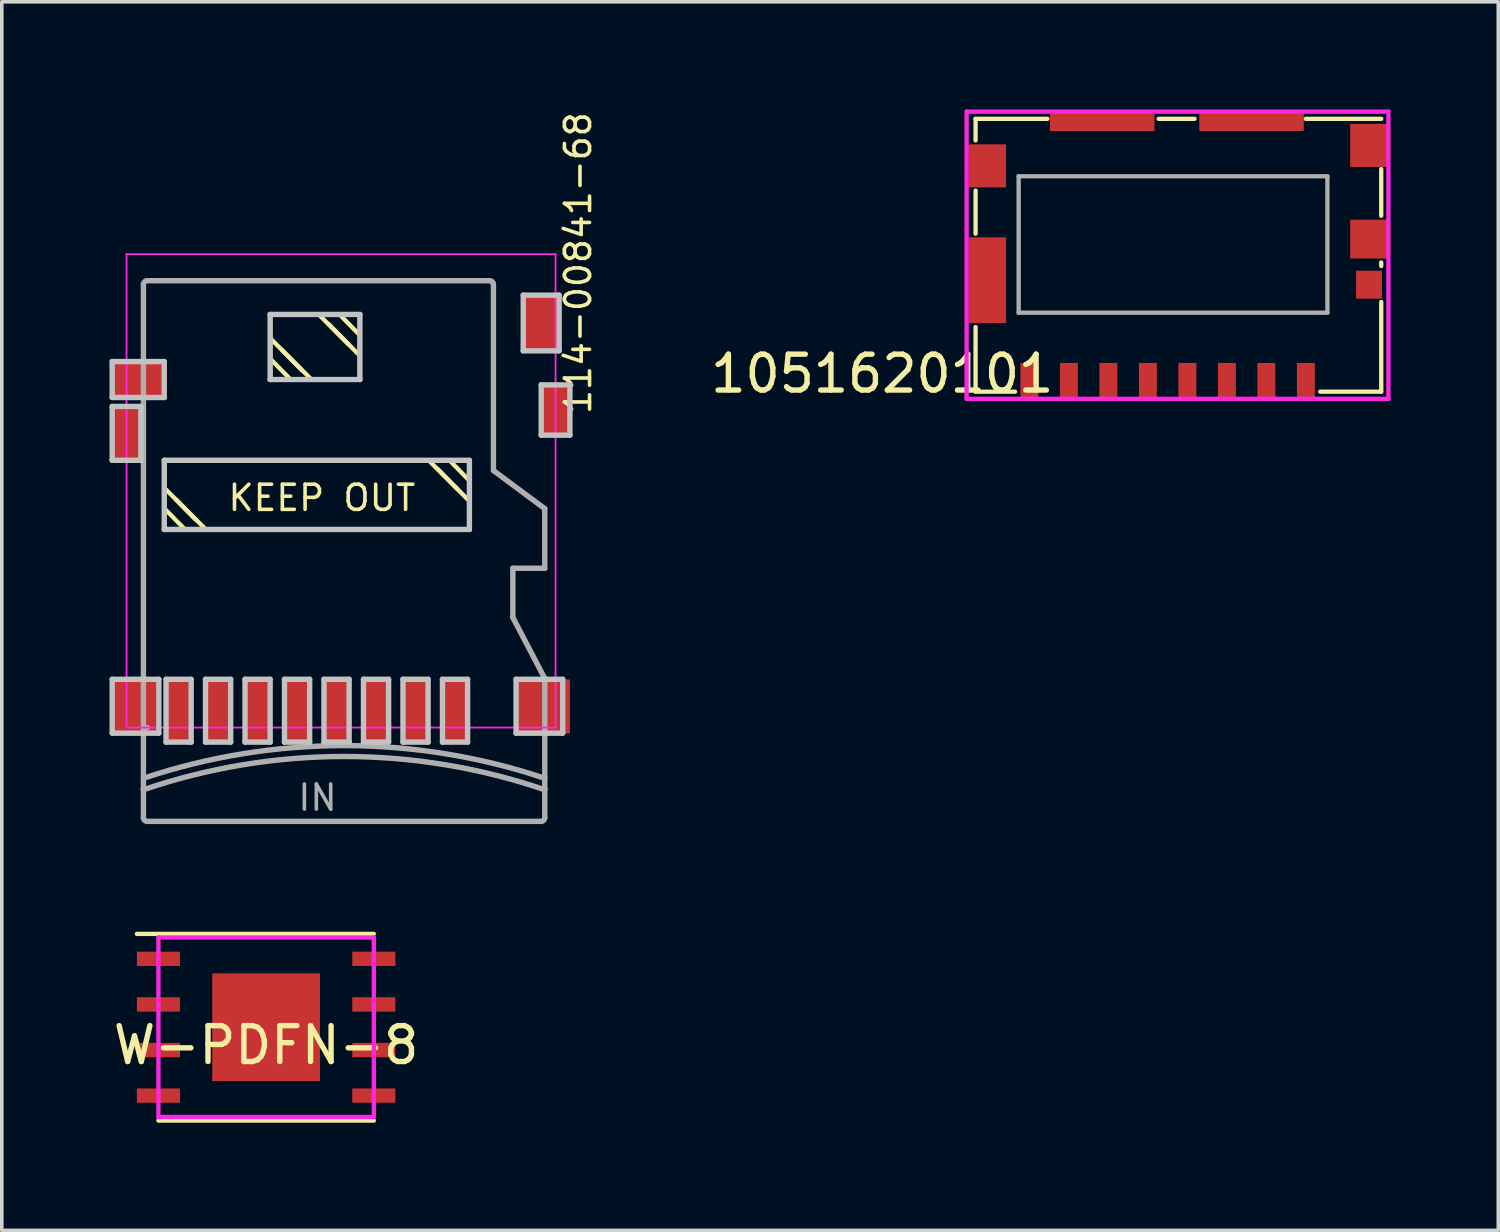
<source format=kicad_pcb>
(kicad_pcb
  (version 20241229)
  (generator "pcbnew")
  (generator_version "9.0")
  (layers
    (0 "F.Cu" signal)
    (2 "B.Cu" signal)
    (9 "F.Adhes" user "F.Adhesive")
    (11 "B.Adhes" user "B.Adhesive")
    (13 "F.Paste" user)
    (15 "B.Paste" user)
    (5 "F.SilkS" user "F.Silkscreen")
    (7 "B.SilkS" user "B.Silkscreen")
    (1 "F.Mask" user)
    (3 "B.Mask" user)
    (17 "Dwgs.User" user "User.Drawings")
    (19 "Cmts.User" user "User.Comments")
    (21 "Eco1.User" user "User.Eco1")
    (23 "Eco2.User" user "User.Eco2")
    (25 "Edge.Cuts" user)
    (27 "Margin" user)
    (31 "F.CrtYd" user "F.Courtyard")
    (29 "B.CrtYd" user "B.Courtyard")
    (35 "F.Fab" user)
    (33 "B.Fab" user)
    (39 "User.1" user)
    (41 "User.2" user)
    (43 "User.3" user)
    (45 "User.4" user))
  (footprint "114-00841-68"
    (layer "F.Cu")
    (at 1.925 7.529)
    (property "Reference" "114-00841-68" (at 11.128 -3.249 90) (layer "F.SilkS") (effects (font (size 0.7 0.7) (thickness 0.1))))
    (attr through_hole)
    (fp_line (start -0.4 2.24) (end 8.1 2.24) (stroke (width 0.12) (type solid)) (layer "F.SilkS"))
    (fp_line (start -0.4 4.17) (end -0.4 2.25) (stroke (width 0.12) (type solid)) (layer "F.SilkS"))
    (fp_line (start -0.39 3.59) (end 0.16 4.15) (stroke (width 0.12) (type solid)) (layer "F.SilkS"))
    (fp_line (start -0.07 3.34) (end 0.48 3.9) (stroke (width 0.12) (type solid)) (layer "F.SilkS"))
    (fp_line (start 0.73 4.14) (end -0.38 3.03) (stroke (width 0.12) (type solid)) (layer "F.SilkS"))
    (fp_line (start 2.55 -1.82) (end 5.05 -1.82) (stroke (width 0.12) (type solid)) (layer "F.SilkS"))
    (fp_line (start 2.55 -0.01) (end 2.55 -1.82) (stroke (width 0.12) (type solid)) (layer "F.SilkS"))
    (fp_line (start 2.558 -0.58) (end 3.108 -0.02) (stroke (width 0.12) (type solid)) (layer "F.SilkS"))
    (fp_line (start 2.878 -0.83) (end 3.428 -0.27) (stroke (width 0.12) (type solid)) (layer "F.SilkS"))
    (fp_line (start 3.678 -0.03) (end 2.568 -1.14) (stroke (width 0.12) (type solid)) (layer "F.SilkS"))
    (fp_line (start 3.926 -1.795) (end 5.036 -0.685) (stroke (width 0.12) (type solid)) (layer "F.SilkS"))
    (fp_line (start 4.726 -0.995) (end 4.176 -1.555) (stroke (width 0.12) (type solid)) (layer "F.SilkS"))
    (fp_line (start 5.046 -1.245) (end 4.496 -1.805) (stroke (width 0.12) (type solid)) (layer "F.SilkS"))
    (fp_line (start 5.05 -1.82) (end 5.05 -0.01) (stroke (width 0.12) (type solid)) (layer "F.SilkS"))
    (fp_line (start 5.05 -0.01) (end 2.55 -0.01) (stroke (width 0.12) (type solid)) (layer "F.SilkS"))
    (fp_line (start 6.976 2.255) (end 8.086 3.365) (stroke (width 0.12) (type solid)) (layer "F.SilkS"))
    (fp_line (start 7.776 3.055) (end 7.226 2.495) (stroke (width 0.12) (type solid)) (layer "F.SilkS"))
    (fp_line (start 8.096 2.805) (end 7.546 2.245) (stroke (width 0.12) (type solid)) (layer "F.SilkS"))
    (fp_line (start 8.1 2.24) (end 8.1 4.17) (stroke (width 0.12) (type solid)) (layer "F.SilkS"))
    (fp_line (start 8.1 4.17) (end -0.4 4.17) (stroke (width 0.12) (type solid)) (layer "F.SilkS"))
    (fp_line (start -1.85 -0.507) (end -1.85 0.493) (stroke (width 0.15) (type solid)) (layer "Dwgs.User"))
    (fp_line (start -1.85 -0.507) (end -0.4 -0.507) (stroke (width 0.15) (type solid)) (layer "Dwgs.User"))
    (fp_line (start -1.85 0.493) (end -0.4 0.493) (stroke (width 0.15) (type solid)) (layer "Dwgs.User"))
    (fp_line (start -1.85 0.743) (end -1.85 2.243) (stroke (width 0.15) (type solid)) (layer "Dwgs.User"))
    (fp_line (start -1.85 0.743) (end -1.05 0.743) (stroke (width 0.15) (type solid)) (layer "Dwgs.User"))
    (fp_line (start -1.85 2.243) (end -1.05 2.243) (stroke (width 0.15) (type solid)) (layer "Dwgs.User"))
    (fp_line (start -1.85 8.343) (end -1.85 9.843) (stroke (width 0.15) (type solid)) (layer "Dwgs.User"))
    (fp_line (start -1.85 8.343) (end -0.55 8.343) (stroke (width 0.15) (type solid)) (layer "Dwgs.User"))
    (fp_line (start -1.85 9.843) (end -0.55 9.843) (stroke (width 0.15) (type solid)) (layer "Dwgs.User"))
    (fp_line (start -1.05 0.743) (end -1.05 2.243) (stroke (width 0.15) (type solid)) (layer "Dwgs.User"))
    (fp_line (start -0.55 8.343) (end -0.55 9.843) (stroke (width 0.15) (type solid)) (layer "Dwgs.User"))
    (fp_line (start -0.4 -0.507) (end -0.4 0.493) (stroke (width 0.15) (type solid)) (layer "Dwgs.User"))
    (fp_line (start -0.4 2.243) (end -0.4 4.169) (stroke (width 0.15) (type solid)) (layer "Dwgs.User"))
    (fp_line (start -0.4 2.243) (end 8.1 2.243) (stroke (width 0.15) (type solid)) (layer "Dwgs.User"))
    (fp_line (start -0.4 4.169) (end 8.1 4.169) (stroke (width 0.15) (type solid)) (layer "Dwgs.User"))
    (fp_line (start -0.35 8.343) (end -0.35 10.093) (stroke (width 0.15) (type solid)) (layer "Dwgs.User"))
    (fp_line (start -0.35 8.343) (end 0.35 8.343) (stroke (width 0.15) (type solid)) (layer "Dwgs.User"))
    (fp_line (start -0.35 10.093) (end 0.35 10.093) (stroke (width 0.15) (type solid)) (layer "Dwgs.User"))
    (fp_line (start 0.35 8.343) (end 0.35 10.093) (stroke (width 0.15) (type solid)) (layer "Dwgs.User"))
    (fp_line (start 0.75 8.343) (end 0.75 10.093) (stroke (width 0.15) (type solid)) (layer "Dwgs.User"))
    (fp_line (start 0.75 8.343) (end 1.45 8.343) (stroke (width 0.15) (type solid)) (layer "Dwgs.User"))
    (fp_line (start 0.75 10.093) (end 1.45 10.093) (stroke (width 0.15) (type solid)) (layer "Dwgs.User"))
    (fp_line (start 1.45 8.343) (end 1.45 10.093) (stroke (width 0.15) (type solid)) (layer "Dwgs.User"))
    (fp_line (start 1.85 8.343) (end 1.85 10.093) (stroke (width 0.15) (type solid)) (layer "Dwgs.User"))
    (fp_line (start 1.85 8.343) (end 2.55 8.343) (stroke (width 0.15) (type solid)) (layer "Dwgs.User"))
    (fp_line (start 1.85 10.093) (end 2.55 10.093) (stroke (width 0.15) (type solid)) (layer "Dwgs.User"))
    (fp_line (start 2.55 -1.82) (end 2.55 -0.007) (stroke (width 0.15) (type solid)) (layer "Dwgs.User"))
    (fp_line (start 2.55 -1.82) (end 5.05 -1.82) (stroke (width 0.15) (type solid)) (layer "Dwgs.User"))
    (fp_line (start 2.55 -0.007) (end 5.05 -0.007) (stroke (width 0.15) (type solid)) (layer "Dwgs.User"))
    (fp_line (start 2.55 8.343) (end 2.55 10.093) (stroke (width 0.15) (type solid)) (layer "Dwgs.User"))
    (fp_line (start 2.95 8.343) (end 2.95 10.093) (stroke (width 0.15) (type solid)) (layer "Dwgs.User"))
    (fp_line (start 2.95 8.343) (end 3.65 8.343) (stroke (width 0.15) (type solid)) (layer "Dwgs.User"))
    (fp_line (start 2.95 10.093) (end 3.65 10.093) (stroke (width 0.15) (type solid)) (layer "Dwgs.User"))
    (fp_line (start 3.65 8.343) (end 3.65 10.093) (stroke (width 0.15) (type solid)) (layer "Dwgs.User"))
    (fp_line (start 4.05 8.343) (end 4.05 10.093) (stroke (width 0.15) (type solid)) (layer "Dwgs.User"))
    (fp_line (start 4.05 8.343) (end 4.75 8.343) (stroke (width 0.15) (type solid)) (layer "Dwgs.User"))
    (fp_line (start 4.05 10.093) (end 4.75 10.093) (stroke (width 0.15) (type solid)) (layer "Dwgs.User"))
    (fp_line (start 4.75 8.343) (end 4.75 10.093) (stroke (width 0.15) (type solid)) (layer "Dwgs.User"))
    (fp_line (start 5.05 -1.82) (end 5.05 -0.007) (stroke (width 0.15) (type solid)) (layer "Dwgs.User"))
    (fp_line (start 5.15 8.343) (end 5.15 10.093) (stroke (width 0.15) (type solid)) (layer "Dwgs.User"))
    (fp_line (start 5.15 8.343) (end 5.85 8.343) (stroke (width 0.15) (type solid)) (layer "Dwgs.User"))
    (fp_line (start 5.15 10.093) (end 5.85 10.093) (stroke (width 0.15) (type solid)) (layer "Dwgs.User"))
    (fp_line (start 5.85 8.343) (end 5.85 10.093) (stroke (width 0.15) (type solid)) (layer "Dwgs.User"))
    (fp_line (start 6.25 8.343) (end 6.25 10.093) (stroke (width 0.15) (type solid)) (layer "Dwgs.User"))
    (fp_line (start 6.25 8.343) (end 6.95 8.343) (stroke (width 0.15) (type solid)) (layer "Dwgs.User"))
    (fp_line (start 6.25 10.093) (end 6.95 10.093) (stroke (width 0.15) (type solid)) (layer "Dwgs.User"))
    (fp_line (start 6.95 8.343) (end 6.95 10.093) (stroke (width 0.15) (type solid)) (layer "Dwgs.User"))
    (fp_line (start 7.35 8.343) (end 7.35 10.093) (stroke (width 0.15) (type solid)) (layer "Dwgs.User"))
    (fp_line (start 7.35 8.343) (end 8.05 8.343) (stroke (width 0.15) (type solid)) (layer "Dwgs.User"))
    (fp_line (start 7.35 10.093) (end 8.05 10.093) (stroke (width 0.15) (type solid)) (layer "Dwgs.User"))
    (fp_line (start 8.05 8.343) (end 8.05 10.093) (stroke (width 0.15) (type solid)) (layer "Dwgs.User"))
    (fp_line (start 8.1 2.243) (end 8.1 4.169) (stroke (width 0.15) (type solid)) (layer "Dwgs.User"))
    (fp_line (start 9.4 8.343) (end 9.4 9.843) (stroke (width 0.15) (type solid)) (layer "Dwgs.User"))
    (fp_line (start 9.4 8.343) (end 10.7 8.343) (stroke (width 0.15) (type solid)) (layer "Dwgs.User"))
    (fp_line (start 9.4 9.843) (end 10.7 9.843) (stroke (width 0.15) (type solid)) (layer "Dwgs.User"))
    (fp_line (start 9.6 -2.357) (end 9.6 -0.807) (stroke (width 0.15) (type solid)) (layer "Dwgs.User"))
    (fp_line (start 9.6 -2.357) (end 10.6 -2.357) (stroke (width 0.15) (type solid)) (layer "Dwgs.User"))
    (fp_line (start 9.6 -0.807) (end 10.6 -0.807) (stroke (width 0.15) (type solid)) (layer "Dwgs.User"))
    (fp_line (start 10.1 0.143) (end 10.1 1.543) (stroke (width 0.15) (type solid)) (layer "Dwgs.User"))
    (fp_line (start 10.1 0.143) (end 10.9 0.143) (stroke (width 0.15) (type solid)) (layer "Dwgs.User"))
    (fp_line (start 10.1 1.543) (end 10.9 1.543) (stroke (width 0.15) (type solid)) (layer "Dwgs.User"))
    (fp_line (start 10.6 -2.357) (end 10.6 -0.807) (stroke (width 0.15) (type solid)) (layer "Dwgs.User"))
    (fp_line (start 10.7 8.343) (end 10.7 9.843) (stroke (width 0.15) (type solid)) (layer "Dwgs.User"))
    (fp_line (start 10.9 0.143) (end 10.9 1.543) (stroke (width 0.15) (type solid)) (layer "Dwgs.User"))
    (fp_line (start -1.45 -3.5) (end -1.45 9.687) (stroke (width 0.05) (type solid)) (layer "F.CrtYd"))
    (fp_line (start -1.45 -3.5) (end 10.5 -3.5) (stroke (width 0.05) (type solid)) (layer "F.CrtYd"))
    (fp_line (start -1.45 9.687) (end 10.5 9.687) (stroke (width 0.05) (type solid)) (layer "F.CrtYd"))
    (fp_line (start 10.5 -3.5) (end 10.5 9.687) (stroke (width 0.05) (type solid)) (layer "F.CrtYd"))
    (fp_line (start -0.98 -2.66) (end -0.98 11.4) (stroke (width 0.15) (type solid)) (layer "F.Fab"))
    (fp_line (start -0.98 11.383) (end -0.98 12.2) (stroke (width 0.15) (type solid)) (layer "F.Fab"))
    (fp_line (start -0.88 12.3) (end 10.1 12.3) (stroke (width 0.15) (type solid)) (layer "F.Fab"))
    (fp_line (start 8.67 -2.76) (end -0.88 -2.76) (stroke (width 0.15) (type solid)) (layer "F.Fab"))
    (fp_line (start 8.77 2.528) (end 8.77 -2.66) (stroke (width 0.15) (type solid)) (layer "F.Fab"))
    (fp_line (start 9.31 5.25) (end 10.2 5.25) (stroke (width 0.15) (type solid)) (layer "F.Fab"))
    (fp_line (start 9.31 6.62) (end 9.31 5.25) (stroke (width 0.15) (type solid)) (layer "F.Fab"))
    (fp_line (start 10.2 3.59) (end 8.77 2.528) (stroke (width 0.15) (type solid)) (layer "F.Fab"))
    (fp_line (start 10.2 5.25) (end 10.2 3.59) (stroke (width 0.15) (type solid)) (layer "F.Fab"))
    (fp_line (start 10.2 8.32) (end 9.31 6.62) (stroke (width 0.15) (type solid)) (layer "F.Fab"))
    (fp_line (start 10.2 11.42) (end 10.2 8.32) (stroke (width 0.15) (type solid)) (layer "F.Fab"))
    (fp_line (start 10.2 12.2) (end 10.2 11.383) (stroke (width 0.15) (type solid)) (layer "F.Fab"))
    (fp_arc (start -0.980001 11.1) (mid 4.61 10.19) (end 10.2 11.1) (stroke (width 0.15) (type solid)) (layer "F.Fab"))
    (fp_arc (start -0.98 -2.66) (mid -0.950711 -2.730711) (end -0.88 -2.76) (stroke (width 0.15) (type solid)) (layer "F.Fab"))
    (fp_arc (start -0.98 11.42) (mid 4.61 10.49318) (end 10.2 11.42) (stroke (width 0.15) (type solid)) (layer "F.Fab"))
    (fp_arc (start -0.97 9.79) (mid -0.940711 9.719289) (end -0.87 9.69) (stroke (width 0.15) (type solid)) (layer "F.Fab"))
    (fp_arc (start -0.88 12.3) (mid -0.950711 12.270711) (end -0.98 12.2) (stroke (width 0.15) (type solid)) (layer "F.Fab"))
    (fp_arc (start 8.67 -2.76) (mid 8.740711 -2.730711) (end 8.77 -2.66) (stroke (width 0.15) (type solid)) (layer "F.Fab"))
    (fp_arc (start 10.2 12.2) (mid 10.170711 12.270711) (end 10.1 12.3) (stroke (width 0.15) (type solid)) (layer "F.Fab"))
    (fp_text user "KEEP OUT" (at 3.99 3.29 0) (layer "F.SilkS") (effects (font (size 0.7 0.7) (thickness 0.1))))
    (fp_text user "IN" (at 3.87 11.64 0) (layer "F.Fab") (effects (font (size 0.7 0.7) (thickness 0.1))))
    (pad "1" smd rect (at 7.7 9.225) (size 0.7 1.75) (layers "F.Cu" "F.Mask" "F.Paste"))
    (pad "2" smd rect (at 6.6 9.225) (size 0.7 1.75) (layers "F.Cu" "F.Mask" "F.Paste"))
    (pad "3" smd rect (at 5.5 9.225) (size 0.7 1.75) (layers "F.Cu" "F.Mask" "F.Paste"))
    (pad "4" smd rect (at 4.4 9.225) (size 0.7 1.75) (layers "F.Cu" "F.Mask" "F.Paste"))
    (pad "5" smd rect (at 3.3 9.225) (size 0.7 1.75) (layers "F.Cu" "F.Mask" "F.Paste"))
    (pad "6" smd rect (at 2.2 9.225) (size 0.7 1.75) (layers "F.Cu" "F.Mask" "F.Paste"))
    (pad "7" smd rect (at 1.1 9.225) (size 0.7 1.75) (layers "F.Cu" "F.Mask" "F.Paste"))
    (pad "8" smd rect (at 0 9.225) (size 0.7 1.75) (layers "F.Cu" "F.Mask" "F.Paste"))
    (pad "9" connect rect (at -1.12 -0.01) (size 1.45 1) (layers "F.Cu" "F.Mask"))
    (pad "10" connect rect (at 10.1 -1.58) (size 1 1.55) (layers "F.Cu" "F.Mask"))
    (pad "11" connect rect (at -1.45 1.5) (size 0.8 1.5) (layers "F.Cu" "F.Mask"))
    (pad "11" connect rect (at -1.2 9.1) (size 1.3 1.5) (layers "F.Cu" "F.Mask"))
    (pad "11" connect rect (at 10.15 9.1) (size 1.5 1.5) (layers "F.Cu" "F.Mask"))
    (pad "11" connect rect (at 10.51 0.84) (size 0.8 1.4) (layers "F.Cu" "F.Mask")))
  (footprint "W-PDFN-8"
    (layer "F.Cu")
    (at 4.363 25.564)
    (property "Reference" "W-PDFN-8" (at 0 0.5 0) (layer "F.SilkS") (effects (font (size 1 1) (thickness 0.15))))
    (attr through_hole)
    (fp_line (start -3.6 -2.6) (end 3 -2.6) (stroke (width 0.12) (type solid)) (layer "F.SilkS"))
    (fp_line (start 3 2.6) (end -3 2.6) (stroke (width 0.12) (type solid)) (layer "F.SilkS"))
    (fp_line (start -3 -2.5) (end 3 -2.5) (stroke (width 0.12) (type solid)) (layer "F.CrtYd"))
    (fp_line (start -3 2.5) (end -3 -2.5) (stroke (width 0.12) (type solid)) (layer "F.CrtYd"))
    (fp_line (start 3 -2.5) (end 3 2.5) (stroke (width 0.12) (type solid)) (layer "F.CrtYd"))
    (fp_line (start 3 2.5) (end -3 2.5) (stroke (width 0.12) (type solid)) (layer "F.CrtYd"))
    (pad "1" smd rect (at -3 -1.905) (size 1.2 0.4) (layers "F.Cu" "F.Mask" "F.Paste"))
    (pad "2" smd rect (at -3 -0.635) (size 1.2 0.4) (layers "F.Cu" "F.Mask" "F.Paste"))
    (pad "3" smd rect (at -3 0.635) (size 1.2 0.4) (layers "F.Cu" "F.Mask" "F.Paste"))
    (pad "4" smd rect (at -3 1.905) (size 1.2 0.4) (layers "F.Cu" "F.Mask" "F.Paste"))
    (pad "5" smd rect (at 3 1.905) (size 1.2 0.4) (layers "F.Cu" "F.Mask" "F.Paste"))
    (pad "6" smd rect (at 3 0.635) (size 1.2 0.4) (layers "F.Cu" "F.Mask" "F.Paste"))
    (pad "7" smd rect (at 3 -0.635) (size 1.2 0.4) (layers "F.Cu" "F.Mask" "F.Paste"))
    (pad "8" smd rect (at 3 -1.905) (size 1.2 0.4) (layers "F.Cu" "F.Mask" "F.Paste"))
    (pad "9" smd rect (at 0 0) (size 3 3) (layers "F.Cu" "F.Mask" "F.Paste")))
  (footprint "1051620101"
    (layer "F.Cu")
    (at 25.625 8.06)
    (property "Reference" "1051620101" (at -4.1 -0.7 0) (layer "F.SilkS") (effects (font (size 1 1) (thickness 0.15))))
    (attr through_hole)
    (fp_line (start -1.5 -7.8) (end -1.5 -7.2) (stroke (width 0.12) (type solid)) (layer "F.SilkS"))
    (fp_line (start -1.5 -4.6) (end -1.5 -5.8) (stroke (width 0.12) (type solid)) (layer "F.SilkS"))
    (fp_line (start -1.5 -0.2) (end -1.5 -2) (stroke (width 0.12) (type solid)) (layer "F.SilkS"))
    (fp_line (start -0.4 -0.2) (end -1.5 -0.2) (stroke (width 0.12) (type solid)) (layer "F.SilkS"))
    (fp_line (start 0.5 -7.8) (end -1.5 -7.8) (stroke (width 0.12) (type solid)) (layer "F.SilkS"))
    (fp_line (start 3.6 -7.8) (end 4.6 -7.8) (stroke (width 0.12) (type solid)) (layer "F.SilkS"))
    (fp_line (start 7.7 -7.8) (end 9.8 -7.8) (stroke (width 0.12) (type solid)) (layer "F.SilkS"))
    (fp_line (start 9.8 -6.4) (end 9.8 -5.1) (stroke (width 0.12) (type solid)) (layer "F.SilkS"))
    (fp_line (start 9.8 -3.8) (end 9.8 -3.7) (stroke (width 0.12) (type solid)) (layer "F.SilkS"))
    (fp_line (start 9.8 -2.7) (end 9.8 -0.2) (stroke (width 0.12) (type solid)) (layer "F.SilkS"))
    (fp_line (start 9.8 -0.2) (end 8.1 -0.2) (stroke (width 0.12) (type solid)) (layer "F.SilkS"))
    (fp_line (start -1.75 -8) (end -1.75 0) (stroke (width 0.12) (type solid)) (layer "F.CrtYd"))
    (fp_line (start -1.75 0) (end 10 0) (stroke (width 0.12) (type solid)) (layer "F.CrtYd"))
    (fp_line (start 10 -8) (end -1.75 -8) (stroke (width 0.12) (type solid)) (layer "F.CrtYd"))
    (fp_line (start 10 0) (end 10 -8) (stroke (width 0.12) (type solid)) (layer "F.CrtYd"))
    (fp_line (start -0.3 -6.2) (end -0.3 -2.4) (stroke (width 0.12) (type solid)) (layer "F.Fab"))
    (fp_line (start -0.3 -6.2) (end 8.3 -6.2) (stroke (width 0.12) (type solid)) (layer "F.Fab"))
    (fp_line (start 8.3 -2.4) (end -0.3 -2.4) (stroke (width 0.12) (type solid)) (layer "F.Fab"))
    (fp_line (start 8.3 -2.4) (end 8.3 -6.2) (stroke (width 0.12) (type solid)) (layer "F.Fab"))
    (pad "1" smd rect (at 7.7 -0.5) (size 0.5 1) (layers "F.Cu" "F.Mask" "F.Paste"))
    (pad "2" smd rect (at 6.6 -0.5) (size 0.5 1) (layers "F.Cu" "F.Mask" "F.Paste"))
    (pad "3" smd rect (at 5.5 -0.5) (size 0.5 1) (layers "F.Cu" "F.Mask" "F.Paste"))
    (pad "4" smd rect (at 4.4 -0.5) (size 0.5 1) (layers "F.Cu" "F.Mask" "F.Paste"))
    (pad "5" smd rect (at 3.3 -0.5) (size 0.5 1) (layers "F.Cu" "F.Mask" "F.Paste"))
    (pad "6" smd rect (at 2.2 -0.5) (size 0.5 1) (layers "F.Cu" "F.Mask" "F.Paste"))
    (pad "7" smd rect (at 1.1 -0.5) (size 0.5 1) (layers "F.Cu" "F.Mask" "F.Paste"))
    (pad "8" smd rect (at 0 -0.5) (size 0.5 1) (layers "F.Cu" "F.Mask" "F.Paste"))
    (pad "9" connect rect (at 9.46 -3.18) (size 0.72 0.78) (layers "F.Cu" "F.Mask"))
    (pad "11" connect rect (at -1.175 -6.49) (size 1.05 1.2) (layers "F.Cu" "F.Mask"))
    (pad "11" connect rect (at -1.175 -3.305) (size 1.05 2.39) (layers "F.Cu" "F.Mask"))
    (pad "11" connect rect (at 9.46 -7.06) (size 1.05 1.2) (layers "F.Cu" "F.Mask"))
    (pad "11" connect rect (at 9.46 -4.45) (size 1.05 1.08) (layers "F.Cu" "F.Mask"))
    (pad "~" connect rect (at 2.027 -7.735) (size 2.91 0.55) (layers "F.Cu" "F.Mask"))
    (pad "~" connect rect (at 6.188 -7.735) (size 2.91 0.55) (layers "F.Cu" "F.Mask")))
  (gr_rect
    (start -3 -3)
    (end 38.685 31.224)
    (stroke (width 0.1) (type default))
    (fill no)
    (layer "Edge.Cuts")))
</source>
